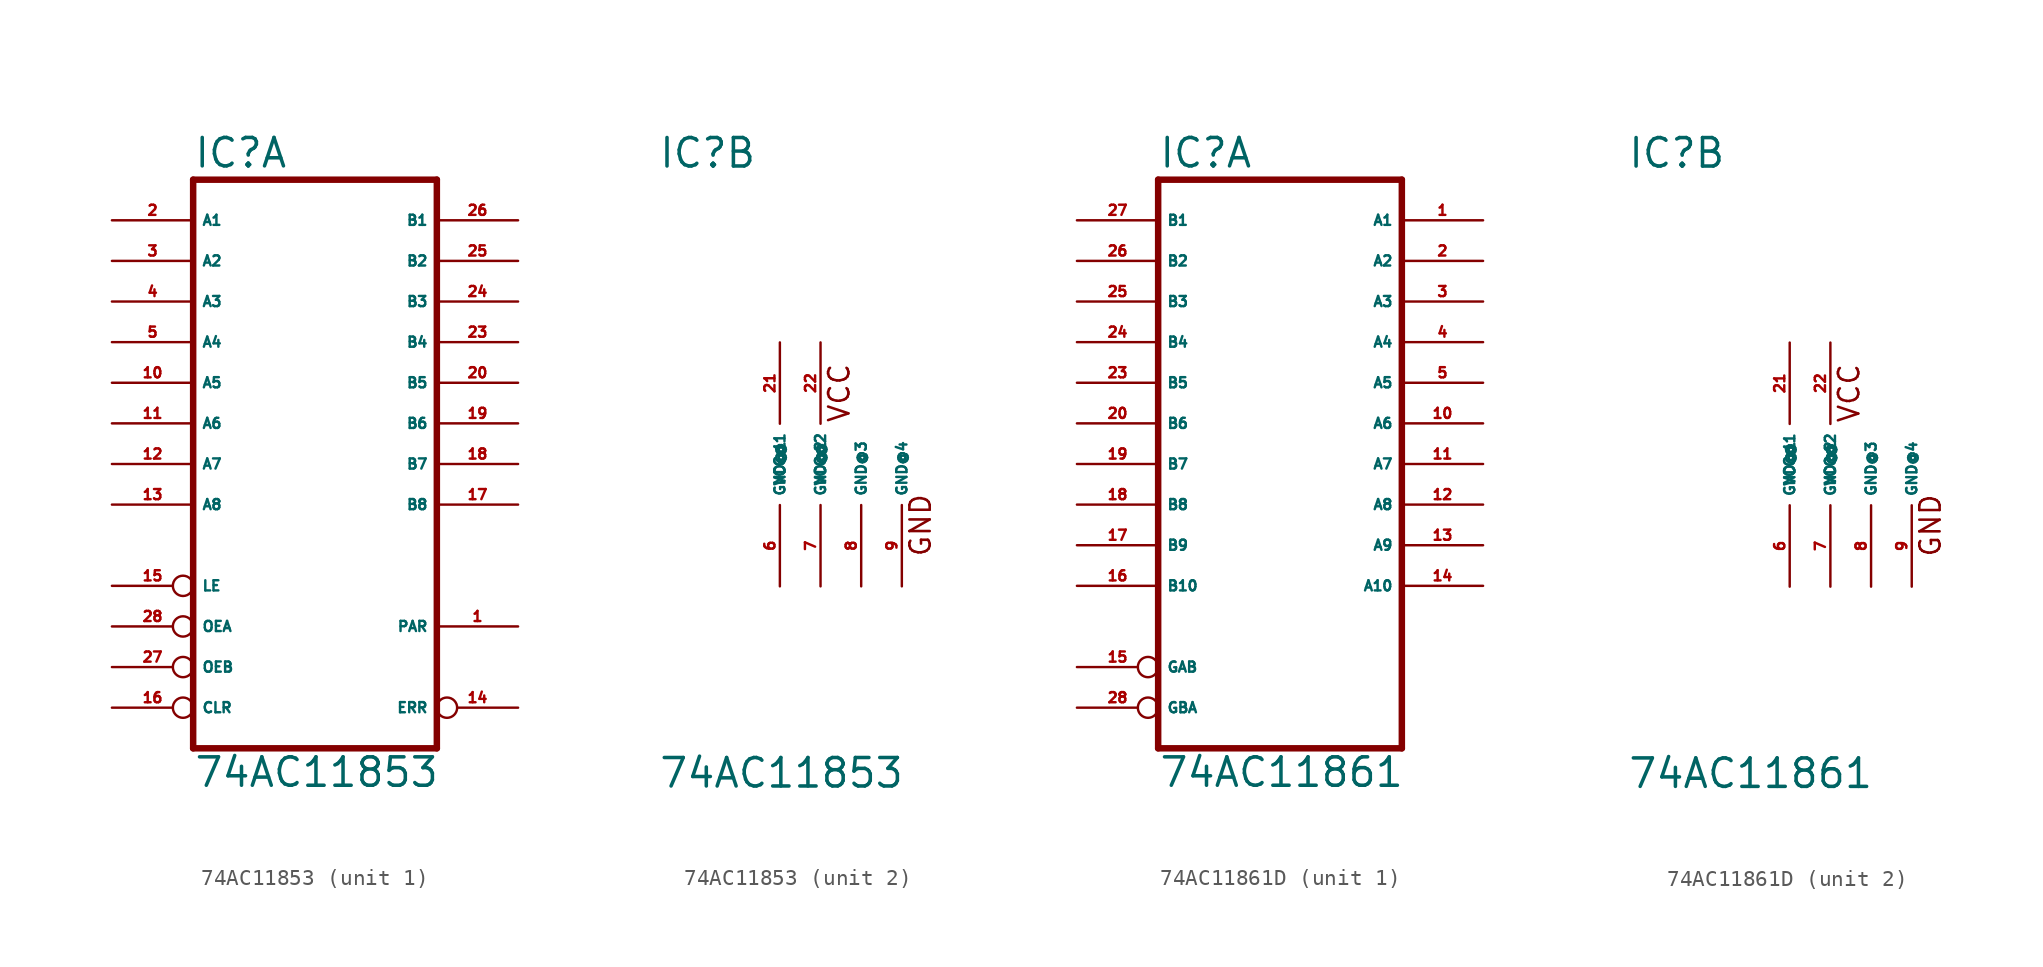
<source format=kicad_sym>
(kicad_symbol_lib
  (version 20220914)
  (generator Eagle2Kicad)
  (symbol "74AC11853"
    (property "Reference" "IC"
      (at -7.62 18.415 0)
      (effects (font (size 1.778 1.778) (thickness 0.22)) (justify left bottom)))
    (property "Value" "74AC11853"
      (at -7.62 -20.32 0)
      (effects (font (size 1.778 1.778) (thickness 0.22)) (justify left bottom)))
    (symbol "74AC11853_1_0"
      (polyline (pts (xy -7.62 -17.78) (xy 7.62 -17.78)) (stroke (width 0.406) (type default)) (fill (type none)))
      (polyline (pts (xy 7.62 -17.78) (xy 7.62 17.78)) (stroke (width 0.406) (type default)) (fill (type none)))
      (polyline (pts (xy 7.62 17.78) (xy -7.62 17.78)) (stroke (width 0.406) (type default)) (fill (type none)))
      (polyline (pts (xy -7.62 17.78) (xy -7.62 -17.78)) (stroke (width 0.406) (type default)) (fill (type none)))
      (pin bidirectional line (at 12.7 -10.16 180) (length 5.08) (name "PAR" (effects (font (size 0.635 0.635) (thickness 0.08)) (justify left bottom))) (number "1" (effects (font (size 0.635 0.635) (thickness 0.08)) (justify left bottom))))
      (pin bidirectional line (at -12.7 15.24 0) (length 5.08) (name "A1" (effects (font (size 0.635 0.635) (thickness 0.08)) (justify left bottom))) (number "2" (effects (font (size 0.635 0.635) (thickness 0.08)) (justify left bottom))))
      (pin bidirectional line (at -12.7 12.7 0) (length 5.08) (name "A2" (effects (font (size 0.635 0.635) (thickness 0.08)) (justify left bottom))) (number "3" (effects (font (size 0.635 0.635) (thickness 0.08)) (justify left bottom))))
      (pin bidirectional line (at -12.7 10.16 0) (length 5.08) (name "A3" (effects (font (size 0.635 0.635) (thickness 0.08)) (justify left bottom))) (number "4" (effects (font (size 0.635 0.635) (thickness 0.08)) (justify left bottom))))
      (pin bidirectional line (at -12.7 7.62 0) (length 5.08) (name "A4" (effects (font (size 0.635 0.635) (thickness 0.08)) (justify left bottom))) (number "5" (effects (font (size 0.635 0.635) (thickness 0.08)) (justify left bottom))))
      (pin bidirectional line (at -12.7 5.08 0) (length 5.08) (name "A5" (effects (font (size 0.635 0.635) (thickness 0.08)) (justify left bottom))) (number "10" (effects (font (size 0.635 0.635) (thickness 0.08)) (justify left bottom))))
      (pin bidirectional line (at -12.7 2.54 0) (length 5.08) (name "A6" (effects (font (size 0.635 0.635) (thickness 0.08)) (justify left bottom))) (number "11" (effects (font (size 0.635 0.635) (thickness 0.08)) (justify left bottom))))
      (pin bidirectional line (at -12.7 0 0) (length 5.08) (name "A7" (effects (font (size 0.635 0.635) (thickness 0.08)) (justify left bottom))) (number "12" (effects (font (size 0.635 0.635) (thickness 0.08)) (justify left bottom))))
      (pin bidirectional line (at -12.7 -2.54 0) (length 5.08) (name "A8" (effects (font (size 0.635 0.635) (thickness 0.08)) (justify left bottom))) (number "13" (effects (font (size 0.635 0.635) (thickness 0.08)) (justify left bottom))))
      (pin bidirectional inverted (at 12.7 -15.24 180) (length 5.08) (name "ERR" (effects (font (size 0.635 0.635) (thickness 0.08)) (justify left bottom))) (number "14" (effects (font (size 0.635 0.635) (thickness 0.08)) (justify left bottom))))
      (pin input inverted (at -12.7 -7.62 0) (length 5.08) (name "LE" (effects (font (size 0.635 0.635) (thickness 0.08)) (justify left bottom))) (number "15" (effects (font (size 0.635 0.635) (thickness 0.08)) (justify left bottom))))
      (pin input inverted (at -12.7 -15.24 0) (length 5.08) (name "CLR" (effects (font (size 0.635 0.635) (thickness 0.08)) (justify left bottom))) (number "16" (effects (font (size 0.635 0.635) (thickness 0.08)) (justify left bottom))))
      (pin bidirectional line (at 12.7 -2.54 180) (length 5.08) (name "B8" (effects (font (size 0.635 0.635) (thickness 0.08)) (justify left bottom))) (number "17" (effects (font (size 0.635 0.635) (thickness 0.08)) (justify left bottom))))
      (pin bidirectional line (at 12.7 0 180) (length 5.08) (name "B7" (effects (font (size 0.635 0.635) (thickness 0.08)) (justify left bottom))) (number "18" (effects (font (size 0.635 0.635) (thickness 0.08)) (justify left bottom))))
      (pin bidirectional line (at 12.7 2.54 180) (length 5.08) (name "B6" (effects (font (size 0.635 0.635) (thickness 0.08)) (justify left bottom))) (number "19" (effects (font (size 0.635 0.635) (thickness 0.08)) (justify left bottom))))
      (pin bidirectional line (at 12.7 5.08 180) (length 5.08) (name "B5" (effects (font (size 0.635 0.635) (thickness 0.08)) (justify left bottom))) (number "20" (effects (font (size 0.635 0.635) (thickness 0.08)) (justify left bottom))))
      (pin bidirectional line (at 12.7 7.62 180) (length 5.08) (name "B4" (effects (font (size 0.635 0.635) (thickness 0.08)) (justify left bottom))) (number "23" (effects (font (size 0.635 0.635) (thickness 0.08)) (justify left bottom))))
      (pin bidirectional line (at 12.7 10.16 180) (length 5.08) (name "B3" (effects (font (size 0.635 0.635) (thickness 0.08)) (justify left bottom))) (number "24" (effects (font (size 0.635 0.635) (thickness 0.08)) (justify left bottom))))
      (pin bidirectional line (at 12.7 12.7 180) (length 5.08) (name "B2" (effects (font (size 0.635 0.635) (thickness 0.08)) (justify left bottom))) (number "25" (effects (font (size 0.635 0.635) (thickness 0.08)) (justify left bottom))))
      (pin bidirectional line (at 12.7 15.24 180) (length 5.08) (name "B1" (effects (font (size 0.635 0.635) (thickness 0.08)) (justify left bottom))) (number "26" (effects (font (size 0.635 0.635) (thickness 0.08)) (justify left bottom))))
      (pin input inverted (at -12.7 -12.7 0) (length 5.08) (name "OEB" (effects (font (size 0.635 0.635) (thickness 0.08)) (justify left bottom))) (number "27" (effects (font (size 0.635 0.635) (thickness 0.08)) (justify left bottom))))
      (pin input inverted (at -12.7 -10.16 0) (length 5.08) (name "OEA" (effects (font (size 0.635 0.635) (thickness 0.08)) (justify left bottom))) (number "28" (effects (font (size 0.635 0.635) (thickness 0.08)) (justify left bottom)))))
    (symbol "74AC11853_2_0"
      (text "VCC" (at 4.445 2.54 900) (effects (font (size 1.27 1.27) (thickness 0.16)) (justify left bottom)))
      (text "GND" (at 9.525 -5.842 900) (effects (font (size 1.27 1.27) (thickness 0.16)) (justify left bottom)))
      (pin unspecified line (at 0 -7.62 90) (length 5.08) (name "GND@1" (effects (font (size 0.635 0.635) (thickness 0.08)) (justify left bottom))) (number "6" (effects (font (size 0.635 0.635) (thickness 0.08)) (justify left bottom))))
      (pin unspecified line (at 2.54 -7.62 90) (length 5.08) (name "GND@2" (effects (font (size 0.635 0.635) (thickness 0.08)) (justify left bottom))) (number "7" (effects (font (size 0.635 0.635) (thickness 0.08)) (justify left bottom))))
      (pin unspecified line (at 5.08 -7.62 90) (length 5.08) (name "GND@3" (effects (font (size 0.635 0.635) (thickness 0.08)) (justify left bottom))) (number "8" (effects (font (size 0.635 0.635) (thickness 0.08)) (justify left bottom))))
      (pin unspecified line (at 7.62 -7.62 90) (length 5.08) (name "GND@4" (effects (font (size 0.635 0.635) (thickness 0.08)) (justify left bottom))) (number "9" (effects (font (size 0.635 0.635) (thickness 0.08)) (justify left bottom))))
      (pin unspecified line (at 0 7.62 270) (length 5.08) (name "VCC@1" (effects (font (size 0.635 0.635) (thickness 0.08)) (justify left bottom))) (number "21" (effects (font (size 0.635 0.635) (thickness 0.08)) (justify left bottom))))
      (pin unspecified line (at 2.54 7.62 270) (length 5.08) (name "VCC@2" (effects (font (size 0.635 0.635) (thickness 0.08)) (justify left bottom))) (number "22" (effects (font (size 0.635 0.635) (thickness 0.08)) (justify left bottom))))))
  (symbol "74AC11861D"
    (property "Reference" "IC"
      (at -10.16 18.415 0)
      (effects (font (size 1.778 1.778) (thickness 0.22)) (justify left bottom)))
    (property "Value" "74AC11861"
      (at -10.16 -20.32 0)
      (effects (font (size 1.778 1.778) (thickness 0.22)) (justify left bottom)))
    (symbol "74AC11861D_1_0"
      (polyline (pts (xy -10.16 -17.78) (xy 5.08 -17.78)) (stroke (width 0.406) (type default)) (fill (type none)))
      (polyline (pts (xy 5.08 -17.78) (xy 5.08 17.78)) (stroke (width 0.406) (type default)) (fill (type none)))
      (polyline (pts (xy 5.08 17.78) (xy -10.16 17.78)) (stroke (width 0.406) (type default)) (fill (type none)))
      (polyline (pts (xy -10.16 17.78) (xy -10.16 -17.78)) (stroke (width 0.406) (type default)) (fill (type none)))
      (pin tri_state line (at 10.16 15.24 180) (length 5.08) (name "A1" (effects (font (size 0.635 0.635) (thickness 0.08)) (justify left bottom))) (number "1" (effects (font (size 0.635 0.635) (thickness 0.08)) (justify left bottom))))
      (pin tri_state line (at 10.16 12.7 180) (length 5.08) (name "A2" (effects (font (size 0.635 0.635) (thickness 0.08)) (justify left bottom))) (number "2" (effects (font (size 0.635 0.635) (thickness 0.08)) (justify left bottom))))
      (pin tri_state line (at 10.16 10.16 180) (length 5.08) (name "A3" (effects (font (size 0.635 0.635) (thickness 0.08)) (justify left bottom))) (number "3" (effects (font (size 0.635 0.635) (thickness 0.08)) (justify left bottom))))
      (pin tri_state line (at 10.16 7.62 180) (length 5.08) (name "A4" (effects (font (size 0.635 0.635) (thickness 0.08)) (justify left bottom))) (number "4" (effects (font (size 0.635 0.635) (thickness 0.08)) (justify left bottom))))
      (pin tri_state line (at 10.16 5.08 180) (length 5.08) (name "A5" (effects (font (size 0.635 0.635) (thickness 0.08)) (justify left bottom))) (number "5" (effects (font (size 0.635 0.635) (thickness 0.08)) (justify left bottom))))
      (pin tri_state line (at 10.16 2.54 180) (length 5.08) (name "A6" (effects (font (size 0.635 0.635) (thickness 0.08)) (justify left bottom))) (number "10" (effects (font (size 0.635 0.635) (thickness 0.08)) (justify left bottom))))
      (pin tri_state line (at 10.16 0 180) (length 5.08) (name "A7" (effects (font (size 0.635 0.635) (thickness 0.08)) (justify left bottom))) (number "11" (effects (font (size 0.635 0.635) (thickness 0.08)) (justify left bottom))))
      (pin tri_state line (at 10.16 -2.54 180) (length 5.08) (name "A8" (effects (font (size 0.635 0.635) (thickness 0.08)) (justify left bottom))) (number "12" (effects (font (size 0.635 0.635) (thickness 0.08)) (justify left bottom))))
      (pin tri_state line (at 10.16 -5.08 180) (length 5.08) (name "A9" (effects (font (size 0.635 0.635) (thickness 0.08)) (justify left bottom))) (number "13" (effects (font (size 0.635 0.635) (thickness 0.08)) (justify left bottom))))
      (pin tri_state line (at 10.16 -7.62 180) (length 5.08) (name "A10" (effects (font (size 0.635 0.635) (thickness 0.08)) (justify left bottom))) (number "14" (effects (font (size 0.635 0.635) (thickness 0.08)) (justify left bottom))))
      (pin input inverted (at -15.24 -12.7 0) (length 5.08) (name "GAB" (effects (font (size 0.635 0.635) (thickness 0.08)) (justify left bottom))) (number "15" (effects (font (size 0.635 0.635) (thickness 0.08)) (justify left bottom))))
      (pin input line (at -15.24 -7.62 0) (length 5.08) (name "B10" (effects (font (size 0.635 0.635) (thickness 0.08)) (justify left bottom))) (number "16" (effects (font (size 0.635 0.635) (thickness 0.08)) (justify left bottom))))
      (pin input line (at -15.24 -5.08 0) (length 5.08) (name "B9" (effects (font (size 0.635 0.635) (thickness 0.08)) (justify left bottom))) (number "17" (effects (font (size 0.635 0.635) (thickness 0.08)) (justify left bottom))))
      (pin input line (at -15.24 -2.54 0) (length 5.08) (name "B8" (effects (font (size 0.635 0.635) (thickness 0.08)) (justify left bottom))) (number "18" (effects (font (size 0.635 0.635) (thickness 0.08)) (justify left bottom))))
      (pin input line (at -15.24 0 0) (length 5.08) (name "B7" (effects (font (size 0.635 0.635) (thickness 0.08)) (justify left bottom))) (number "19" (effects (font (size 0.635 0.635) (thickness 0.08)) (justify left bottom))))
      (pin input line (at -15.24 2.54 0) (length 5.08) (name "B6" (effects (font (size 0.635 0.635) (thickness 0.08)) (justify left bottom))) (number "20" (effects (font (size 0.635 0.635) (thickness 0.08)) (justify left bottom))))
      (pin input line (at -15.24 5.08 0) (length 5.08) (name "B5" (effects (font (size 0.635 0.635) (thickness 0.08)) (justify left bottom))) (number "23" (effects (font (size 0.635 0.635) (thickness 0.08)) (justify left bottom))))
      (pin input line (at -15.24 7.62 0) (length 5.08) (name "B4" (effects (font (size 0.635 0.635) (thickness 0.08)) (justify left bottom))) (number "24" (effects (font (size 0.635 0.635) (thickness 0.08)) (justify left bottom))))
      (pin input line (at -15.24 10.16 0) (length 5.08) (name "B3" (effects (font (size 0.635 0.635) (thickness 0.08)) (justify left bottom))) (number "25" (effects (font (size 0.635 0.635) (thickness 0.08)) (justify left bottom))))
      (pin input line (at -15.24 12.7 0) (length 5.08) (name "B2" (effects (font (size 0.635 0.635) (thickness 0.08)) (justify left bottom))) (number "26" (effects (font (size 0.635 0.635) (thickness 0.08)) (justify left bottom))))
      (pin input line (at -15.24 15.24 0) (length 5.08) (name "B1" (effects (font (size 0.635 0.635) (thickness 0.08)) (justify left bottom))) (number "27" (effects (font (size 0.635 0.635) (thickness 0.08)) (justify left bottom))))
      (pin input inverted (at -15.24 -15.24 0) (length 5.08) (name "GBA" (effects (font (size 0.635 0.635) (thickness 0.08)) (justify left bottom))) (number "28" (effects (font (size 0.635 0.635) (thickness 0.08)) (justify left bottom)))))
    (symbol "74AC11861D_2_0"
      (text "VCC" (at 4.445 2.54 900) (effects (font (size 1.27 1.27) (thickness 0.16)) (justify left bottom)))
      (text "GND" (at 9.525 -5.842 900) (effects (font (size 1.27 1.27) (thickness 0.16)) (justify left bottom)))
      (pin unspecified line (at 0 -7.62 90) (length 5.08) (name "GND@1" (effects (font (size 0.635 0.635) (thickness 0.08)) (justify left bottom))) (number "6" (effects (font (size 0.635 0.635) (thickness 0.08)) (justify left bottom))))
      (pin unspecified line (at 2.54 -7.62 90) (length 5.08) (name "GND@2" (effects (font (size 0.635 0.635) (thickness 0.08)) (justify left bottom))) (number "7" (effects (font (size 0.635 0.635) (thickness 0.08)) (justify left bottom))))
      (pin unspecified line (at 5.08 -7.62 90) (length 5.08) (name "GND@3" (effects (font (size 0.635 0.635) (thickness 0.08)) (justify left bottom))) (number "8" (effects (font (size 0.635 0.635) (thickness 0.08)) (justify left bottom))))
      (pin unspecified line (at 7.62 -7.62 90) (length 5.08) (name "GND@4" (effects (font (size 0.635 0.635) (thickness 0.08)) (justify left bottom))) (number "9" (effects (font (size 0.635 0.635) (thickness 0.08)) (justify left bottom))))
      (pin unspecified line (at 0 7.62 270) (length 5.08) (name "VCC@1" (effects (font (size 0.635 0.635) (thickness 0.08)) (justify left bottom))) (number "21" (effects (font (size 0.635 0.635) (thickness 0.08)) (justify left bottom))))
      (pin unspecified line (at 2.54 7.62 270) (length 5.08) (name "VCC@2" (effects (font (size 0.635 0.635) (thickness 0.08)) (justify left bottom))) (number "22" (effects (font (size 0.635 0.635) (thickness 0.08)) (justify left bottom)))))))
</source>
